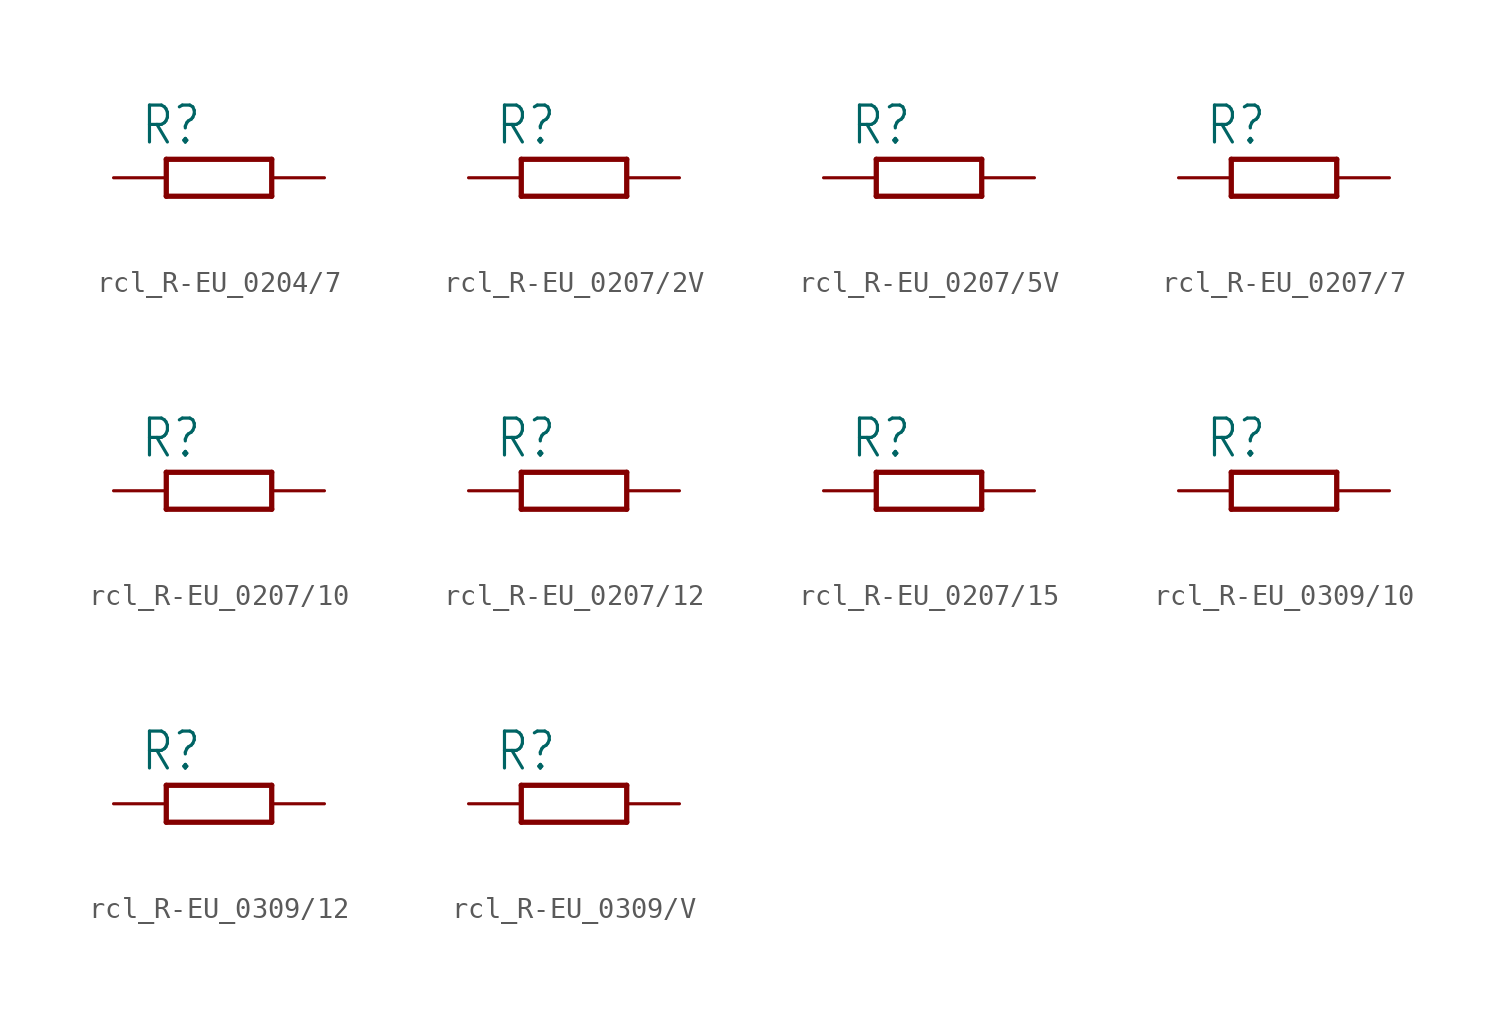
<source format=kicad_sym>
(kicad_symbol_lib
  (version 20231120)
  (generator "kicad_symbol_editor")
  (generator_version "8.0")
  (symbol "rcl_R-EU_0204/7"
    (property "Reference" "R"
      (at -3.81 1.499 0)
      (effects (font (size 1.778 1.511)) (justify left bottom)))
    (property "Value" ""
      (at -3.81 -3.302 0)
      (effects (font (size 1.778 1.511)) (justify left bottom)))
    (property "ki_locked" ""
      (at 0 0 0)
      (effects (font (size 1.27 1.27))))
    (symbol "rcl_R-EU_0204/7_1_0"
      (polyline (pts (xy -2.54 -0.889) (xy -2.54 0.889)) (stroke (width 0.254) (type solid)) (fill (type none)))
      (polyline (pts (xy -2.54 -0.889) (xy 2.54 -0.889)) (stroke (width 0.254) (type solid)) (fill (type none)))
      (polyline (pts (xy 2.54 -0.889) (xy 2.54 0.889)) (stroke (width 0.254) (type solid)) (fill (type none)))
      (polyline (pts (xy 2.54 0.889) (xy -2.54 0.889)) (stroke (width 0.254) (type solid)) (fill (type none)))
      (pin passive line (at -5.08 0 0) (length 2.54) (name "1" (effects (font (size 0 0)))) (number "1" (effects (font (size 0 0)))))
      (pin passive line (at 5.08 0 180) (length 2.54) (name "2" (effects (font (size 0 0)))) (number "2" (effects (font (size 0 0)))))))
  (symbol "rcl_R-EU_0207/2V"
    (property "Reference" "R"
      (at -3.81 1.499 0)
      (effects (font (size 1.778 1.511)) (justify left bottom)))
    (property "Value" ""
      (at -3.81 -3.302 0)
      (effects (font (size 1.778 1.511)) (justify left bottom)))
    (property "ki_locked" ""
      (at 0 0 0)
      (effects (font (size 1.27 1.27))))
    (symbol "rcl_R-EU_0207/2V_1_0"
      (polyline (pts (xy -2.54 -0.889) (xy -2.54 0.889)) (stroke (width 0.254) (type solid)) (fill (type none)))
      (polyline (pts (xy -2.54 -0.889) (xy 2.54 -0.889)) (stroke (width 0.254) (type solid)) (fill (type none)))
      (polyline (pts (xy 2.54 -0.889) (xy 2.54 0.889)) (stroke (width 0.254) (type solid)) (fill (type none)))
      (polyline (pts (xy 2.54 0.889) (xy -2.54 0.889)) (stroke (width 0.254) (type solid)) (fill (type none)))
      (pin passive line (at -5.08 0 0) (length 2.54) (name "1" (effects (font (size 0 0)))) (number "1" (effects (font (size 0 0)))))
      (pin passive line (at 5.08 0 180) (length 2.54) (name "2" (effects (font (size 0 0)))) (number "2" (effects (font (size 0 0)))))))
  (symbol "rcl_R-EU_0207/5V"
    (property "Reference" "R"
      (at -3.81 1.499 0)
      (effects (font (size 1.778 1.511)) (justify left bottom)))
    (property "Value" ""
      (at -3.81 -3.302 0)
      (effects (font (size 1.778 1.511)) (justify left bottom)))
    (property "ki_locked" ""
      (at 0 0 0)
      (effects (font (size 1.27 1.27))))
    (symbol "rcl_R-EU_0207/5V_1_0"
      (polyline (pts (xy -2.54 -0.889) (xy -2.54 0.889)) (stroke (width 0.254) (type solid)) (fill (type none)))
      (polyline (pts (xy -2.54 -0.889) (xy 2.54 -0.889)) (stroke (width 0.254) (type solid)) (fill (type none)))
      (polyline (pts (xy 2.54 -0.889) (xy 2.54 0.889)) (stroke (width 0.254) (type solid)) (fill (type none)))
      (polyline (pts (xy 2.54 0.889) (xy -2.54 0.889)) (stroke (width 0.254) (type solid)) (fill (type none)))
      (pin passive line (at -5.08 0 0) (length 2.54) (name "1" (effects (font (size 0 0)))) (number "1" (effects (font (size 0 0)))))
      (pin passive line (at 5.08 0 180) (length 2.54) (name "2" (effects (font (size 0 0)))) (number "2" (effects (font (size 0 0)))))))
  (symbol "rcl_R-EU_0207/7"
    (property "Reference" "R"
      (at -3.81 1.499 0)
      (effects (font (size 1.778 1.511)) (justify left bottom)))
    (property "Value" ""
      (at -3.81 -3.302 0)
      (effects (font (size 1.778 1.511)) (justify left bottom)))
    (property "ki_locked" ""
      (at 0 0 0)
      (effects (font (size 1.27 1.27))))
    (symbol "rcl_R-EU_0207/7_1_0"
      (polyline (pts (xy -2.54 -0.889) (xy -2.54 0.889)) (stroke (width 0.254) (type solid)) (fill (type none)))
      (polyline (pts (xy -2.54 -0.889) (xy 2.54 -0.889)) (stroke (width 0.254) (type solid)) (fill (type none)))
      (polyline (pts (xy 2.54 -0.889) (xy 2.54 0.889)) (stroke (width 0.254) (type solid)) (fill (type none)))
      (polyline (pts (xy 2.54 0.889) (xy -2.54 0.889)) (stroke (width 0.254) (type solid)) (fill (type none)))
      (pin passive line (at -5.08 0 0) (length 2.54) (name "1" (effects (font (size 0 0)))) (number "1" (effects (font (size 0 0)))))
      (pin passive line (at 5.08 0 180) (length 2.54) (name "2" (effects (font (size 0 0)))) (number "2" (effects (font (size 0 0)))))))
  (symbol "rcl_R-EU_0207/10"
    (property "Reference" "R"
      (at -3.81 1.499 0)
      (effects (font (size 1.778 1.511)) (justify left bottom)))
    (property "Value" ""
      (at -3.81 -3.302 0)
      (effects (font (size 1.778 1.511)) (justify left bottom)))
    (property "ki_locked" ""
      (at 0 0 0)
      (effects (font (size 1.27 1.27))))
    (symbol "rcl_R-EU_0207/10_1_0"
      (polyline (pts (xy -2.54 -0.889) (xy -2.54 0.889)) (stroke (width 0.254) (type solid)) (fill (type none)))
      (polyline (pts (xy -2.54 -0.889) (xy 2.54 -0.889)) (stroke (width 0.254) (type solid)) (fill (type none)))
      (polyline (pts (xy 2.54 -0.889) (xy 2.54 0.889)) (stroke (width 0.254) (type solid)) (fill (type none)))
      (polyline (pts (xy 2.54 0.889) (xy -2.54 0.889)) (stroke (width 0.254) (type solid)) (fill (type none)))
      (pin passive line (at -5.08 0 0) (length 2.54) (name "1" (effects (font (size 0 0)))) (number "1" (effects (font (size 0 0)))))
      (pin passive line (at 5.08 0 180) (length 2.54) (name "2" (effects (font (size 0 0)))) (number "2" (effects (font (size 0 0)))))))
  (symbol "rcl_R-EU_0207/12"
    (property "Reference" "R"
      (at -3.81 1.499 0)
      (effects (font (size 1.778 1.511)) (justify left bottom)))
    (property "Value" ""
      (at -3.81 -3.302 0)
      (effects (font (size 1.778 1.511)) (justify left bottom)))
    (property "ki_locked" ""
      (at 0 0 0)
      (effects (font (size 1.27 1.27))))
    (symbol "rcl_R-EU_0207/12_1_0"
      (polyline (pts (xy -2.54 -0.889) (xy -2.54 0.889)) (stroke (width 0.254) (type solid)) (fill (type none)))
      (polyline (pts (xy -2.54 -0.889) (xy 2.54 -0.889)) (stroke (width 0.254) (type solid)) (fill (type none)))
      (polyline (pts (xy 2.54 -0.889) (xy 2.54 0.889)) (stroke (width 0.254) (type solid)) (fill (type none)))
      (polyline (pts (xy 2.54 0.889) (xy -2.54 0.889)) (stroke (width 0.254) (type solid)) (fill (type none)))
      (pin passive line (at -5.08 0 0) (length 2.54) (name "1" (effects (font (size 0 0)))) (number "1" (effects (font (size 0 0)))))
      (pin passive line (at 5.08 0 180) (length 2.54) (name "2" (effects (font (size 0 0)))) (number "2" (effects (font (size 0 0)))))))
  (symbol "rcl_R-EU_0207/15"
    (property "Reference" "R"
      (at -3.81 1.499 0)
      (effects (font (size 1.778 1.511)) (justify left bottom)))
    (property "Value" ""
      (at -3.81 -3.302 0)
      (effects (font (size 1.778 1.511)) (justify left bottom)))
    (property "ki_locked" ""
      (at 0 0 0)
      (effects (font (size 1.27 1.27))))
    (symbol "rcl_R-EU_0207/15_1_0"
      (polyline (pts (xy -2.54 -0.889) (xy -2.54 0.889)) (stroke (width 0.254) (type solid)) (fill (type none)))
      (polyline (pts (xy -2.54 -0.889) (xy 2.54 -0.889)) (stroke (width 0.254) (type solid)) (fill (type none)))
      (polyline (pts (xy 2.54 -0.889) (xy 2.54 0.889)) (stroke (width 0.254) (type solid)) (fill (type none)))
      (polyline (pts (xy 2.54 0.889) (xy -2.54 0.889)) (stroke (width 0.254) (type solid)) (fill (type none)))
      (pin passive line (at -5.08 0 0) (length 2.54) (name "1" (effects (font (size 0 0)))) (number "1" (effects (font (size 0 0)))))
      (pin passive line (at 5.08 0 180) (length 2.54) (name "2" (effects (font (size 0 0)))) (number "2" (effects (font (size 0 0)))))))
  (symbol "rcl_R-EU_0309/10"
    (property "Reference" "R"
      (at -3.81 1.499 0)
      (effects (font (size 1.778 1.511)) (justify left bottom)))
    (property "Value" ""
      (at -3.81 -3.302 0)
      (effects (font (size 1.778 1.511)) (justify left bottom)))
    (property "ki_locked" ""
      (at 0 0 0)
      (effects (font (size 1.27 1.27))))
    (symbol "rcl_R-EU_0309/10_1_0"
      (polyline (pts (xy -2.54 -0.889) (xy -2.54 0.889)) (stroke (width 0.254) (type solid)) (fill (type none)))
      (polyline (pts (xy -2.54 -0.889) (xy 2.54 -0.889)) (stroke (width 0.254) (type solid)) (fill (type none)))
      (polyline (pts (xy 2.54 -0.889) (xy 2.54 0.889)) (stroke (width 0.254) (type solid)) (fill (type none)))
      (polyline (pts (xy 2.54 0.889) (xy -2.54 0.889)) (stroke (width 0.254) (type solid)) (fill (type none)))
      (pin passive line (at -5.08 0 0) (length 2.54) (name "1" (effects (font (size 0 0)))) (number "1" (effects (font (size 0 0)))))
      (pin passive line (at 5.08 0 180) (length 2.54) (name "2" (effects (font (size 0 0)))) (number "2" (effects (font (size 0 0)))))))
  (symbol "rcl_R-EU_0309/12"
    (property "Reference" "R"
      (at -3.81 1.499 0)
      (effects (font (size 1.778 1.511)) (justify left bottom)))
    (property "Value" ""
      (at -3.81 -3.302 0)
      (effects (font (size 1.778 1.511)) (justify left bottom)))
    (property "ki_locked" ""
      (at 0 0 0)
      (effects (font (size 1.27 1.27))))
    (symbol "rcl_R-EU_0309/12_1_0"
      (polyline (pts (xy -2.54 -0.889) (xy -2.54 0.889)) (stroke (width 0.254) (type solid)) (fill (type none)))
      (polyline (pts (xy -2.54 -0.889) (xy 2.54 -0.889)) (stroke (width 0.254) (type solid)) (fill (type none)))
      (polyline (pts (xy 2.54 -0.889) (xy 2.54 0.889)) (stroke (width 0.254) (type solid)) (fill (type none)))
      (polyline (pts (xy 2.54 0.889) (xy -2.54 0.889)) (stroke (width 0.254) (type solid)) (fill (type none)))
      (pin passive line (at -5.08 0 0) (length 2.54) (name "1" (effects (font (size 0 0)))) (number "1" (effects (font (size 0 0)))))
      (pin passive line (at 5.08 0 180) (length 2.54) (name "2" (effects (font (size 0 0)))) (number "2" (effects (font (size 0 0)))))))
  (symbol "rcl_R-EU_0309/V"
    (property "Reference" "R"
      (at -3.81 1.499 0)
      (effects (font (size 1.778 1.511)) (justify left bottom)))
    (property "Value" ""
      (at -3.81 -3.302 0)
      (effects (font (size 1.778 1.511)) (justify left bottom)))
    (property "ki_locked" ""
      (at 0 0 0)
      (effects (font (size 1.27 1.27))))
    (symbol "rcl_R-EU_0309/V_1_0"
      (polyline (pts (xy -2.54 -0.889) (xy -2.54 0.889)) (stroke (width 0.254) (type solid)) (fill (type none)))
      (polyline (pts (xy -2.54 -0.889) (xy 2.54 -0.889)) (stroke (width 0.254) (type solid)) (fill (type none)))
      (polyline (pts (xy 2.54 -0.889) (xy 2.54 0.889)) (stroke (width 0.254) (type solid)) (fill (type none)))
      (polyline (pts (xy 2.54 0.889) (xy -2.54 0.889)) (stroke (width 0.254) (type solid)) (fill (type none)))
      (pin passive line (at -5.08 0 0) (length 2.54) (name "1" (effects (font (size 0 0)))) (number "1" (effects (font (size 0 0)))))
      (pin passive line (at 5.08 0 180) (length 2.54) (name "2" (effects (font (size 0 0)))) (number "2" (effects (font (size 0 0))))))))
</source>
